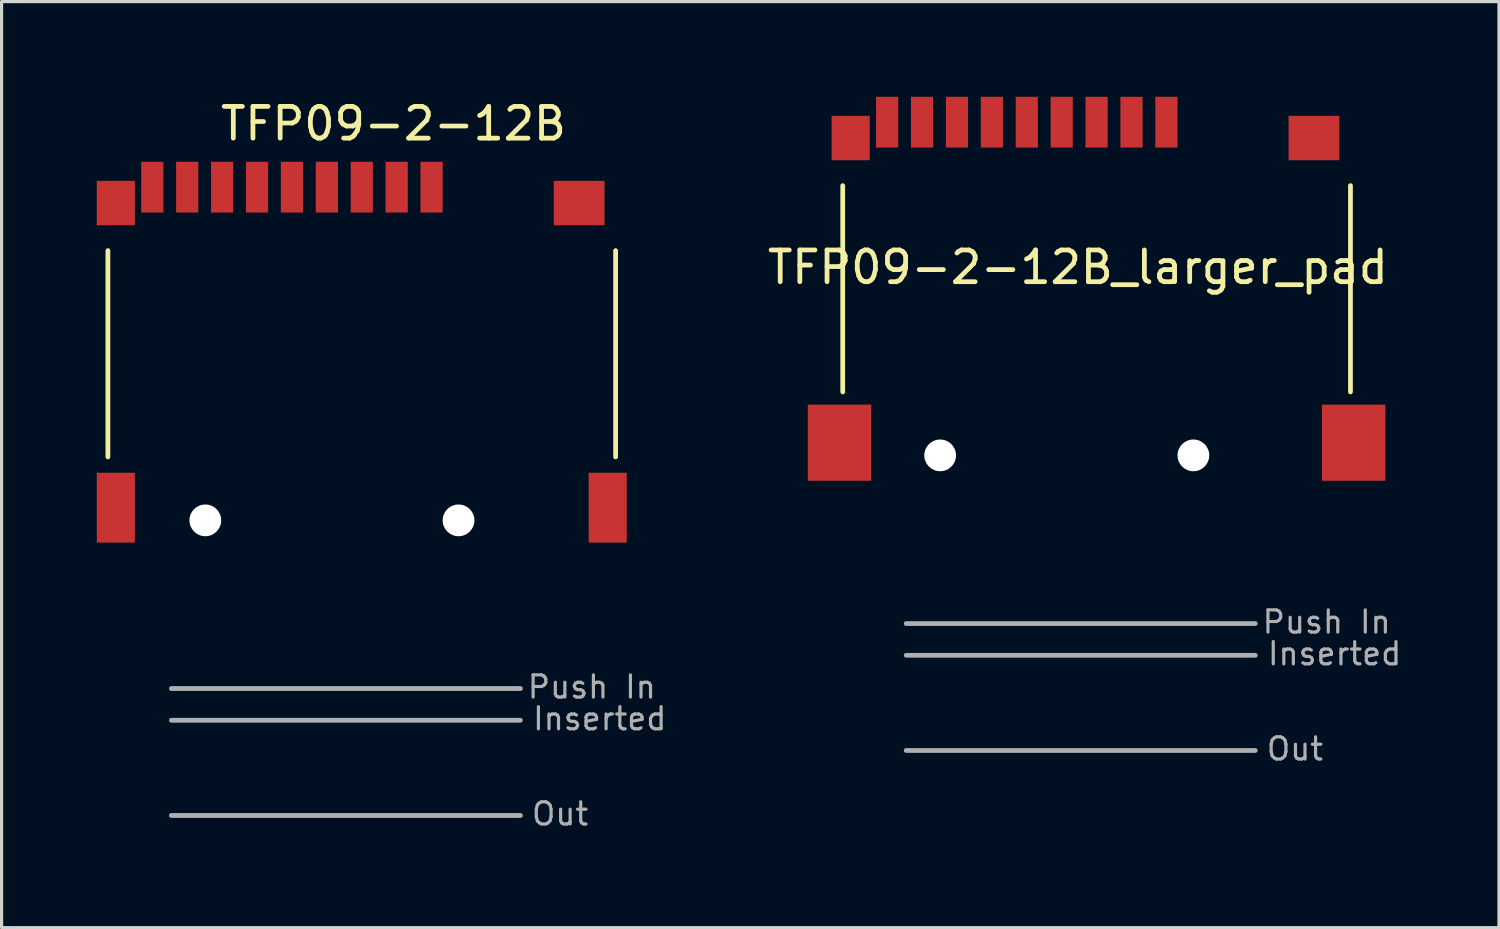
<source format=kicad_pcb>
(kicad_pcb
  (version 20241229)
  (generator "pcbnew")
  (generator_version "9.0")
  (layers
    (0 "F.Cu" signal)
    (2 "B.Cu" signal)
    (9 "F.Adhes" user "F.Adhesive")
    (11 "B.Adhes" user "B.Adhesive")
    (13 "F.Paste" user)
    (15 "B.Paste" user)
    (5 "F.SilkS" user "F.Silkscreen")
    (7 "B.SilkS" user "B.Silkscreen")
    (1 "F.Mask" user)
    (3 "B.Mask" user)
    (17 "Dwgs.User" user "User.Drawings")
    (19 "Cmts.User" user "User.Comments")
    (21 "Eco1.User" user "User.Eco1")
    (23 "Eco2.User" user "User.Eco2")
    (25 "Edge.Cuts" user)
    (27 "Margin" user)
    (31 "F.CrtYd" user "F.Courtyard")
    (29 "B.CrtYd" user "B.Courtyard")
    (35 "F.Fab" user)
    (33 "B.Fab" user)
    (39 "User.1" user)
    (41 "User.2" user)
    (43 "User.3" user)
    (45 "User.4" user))
  (footprint "TFP09-2-12B"
    (layer "F.Cu")
    (at 8.35 3.348)
    (property "Reference" "TFP09-2-12B" (at 1 -2.5 0) (layer "F.SilkS") (effects (font (size 1 1) (thickness 0.15))))
    (attr through_hole)
    (fp_line (start -8 1.5) (end -8 8) (stroke (width 0.15) (type solid)) (layer "F.SilkS"))
    (fp_line (start 8 8) (end 8 1.5) (stroke (width 0.15) (type solid)) (layer "F.SilkS"))
    (fp_line (start -6 15.3) (end 5 15.3) (stroke (width 0.15) (type solid)) (layer "F.Fab"))
    (fp_line (start -6 16.3) (end 5 16.3) (stroke (width 0.15) (type solid)) (layer "F.Fab"))
    (fp_line (start -6 19.3) (end 5 19.3) (stroke (width 0.15) (type solid)) (layer "F.Fab"))
    (fp_text user "Inserted" (at 7.5 16.25 0) (layer "F.Fab") (effects (font (size 0.7 0.7) (thickness 0.1))))
    (fp_text user "Push In" (at 7.25 15.25 0) (layer "F.Fab") (effects (font (size 0.7 0.7) (thickness 0.1))))
    (fp_text user "Out" (at 6.25 19.25 0) (layer "F.Fab") (effects (font (size 0.7 0.7) (thickness 0.1))))
    (pad "" np_thru_hole circle (at -4.93 10) (size 1 1) (drill 1) (layers "*.Cu"))
    (pad "" np_thru_hole circle (at 3.05 10) (size 1 1) (drill 1) (layers "*.Cu"))
    (pad "1" smd rect (at 2.2 -0.5) (size 0.7 1.6) (layers "F.Cu" "F.Mask" "F.Paste"))
    (pad "2" smd rect (at 1.1 -0.5) (size 0.7 1.6) (layers "F.Cu" "F.Mask" "F.Paste"))
    (pad "3" smd rect (at 0 -0.5) (size 0.7 1.6) (layers "F.Cu" "F.Mask" "F.Paste"))
    (pad "4" smd rect (at -1.1 -0.5) (size 0.7 1.6) (layers "F.Cu" "F.Mask" "F.Paste"))
    (pad "5" smd rect (at -2.2 -0.5) (size 0.7 1.6) (layers "F.Cu" "F.Mask" "F.Paste"))
    (pad "6" smd rect (at -3.3 -0.5) (size 0.7 1.6) (layers "F.Cu" "F.Mask" "F.Paste"))
    (pad "7" smd rect (at -4.4 -0.5) (size 0.7 1.6) (layers "F.Cu" "F.Mask" "F.Paste"))
    (pad "8" smd rect (at -5.5 -0.5) (size 0.7 1.6) (layers "F.Cu" "F.Mask" "F.Paste"))
    (pad "9" smd rect (at -6.6 -0.5) (size 0.7 1.6) (layers "F.Cu" "F.Mask" "F.Paste"))
    (pad "10" smd rect (at -7.75 0) (size 1.2 1.4) (layers "F.Cu" "F.Mask" "F.Paste"))
    (pad "10" smd rect (at -7.75 9.6) (size 1.2 2.2) (layers "F.Cu" "F.Mask" "F.Paste"))
    (pad "10" smd rect (at 6.85 0) (size 1.6 1.4) (layers "F.Cu" "F.Mask" "F.Paste"))
    (pad "10" smd rect (at 7.75 9.6) (size 1.2 2.2) (layers "F.Cu" "F.Mask" "F.Paste")))
  (footprint "TFP09-2-12B_larger_pad"
    (layer "F.Cu")
    (at 31.507 1.3)
    (property "Reference" "TFP09-2-12B_larger_pad" (at -0.59 4.072 0) (layer "F.SilkS") (effects (font (size 1 1) (thickness 0.15))))
    (attr through_hole)
    (fp_line (start -8 1.5) (end -8 8) (stroke (width 0.15) (type solid)) (layer "F.SilkS"))
    (fp_line (start 8 8) (end 8 1.5) (stroke (width 0.15) (type solid)) (layer "F.SilkS"))
    (fp_line (start -6 15.3) (end 5 15.3) (stroke (width 0.15) (type solid)) (layer "F.Fab"))
    (fp_line (start -6 16.3) (end 5 16.3) (stroke (width 0.15) (type solid)) (layer "F.Fab"))
    (fp_line (start -6 19.3) (end 5 19.3) (stroke (width 0.15) (type solid)) (layer "F.Fab"))
    (fp_text user "Out" (at 6.25 19.25 0) (layer "F.Fab") (effects (font (size 0.7 0.7) (thickness 0.1))))
    (fp_text user "Push In" (at 7.25 15.25 0) (layer "F.Fab") (effects (font (size 0.7 0.7) (thickness 0.1))))
    (fp_text user "Inserted" (at 7.5 16.25 0) (layer "F.Fab") (effects (font (size 0.7 0.7) (thickness 0.1))))
    (pad "" np_thru_hole circle (at -4.93 10) (size 1 1) (drill 1) (layers "*.Cu"))
    (pad "" np_thru_hole circle (at 3.05 10) (size 1 1) (drill 1) (layers "*.Cu"))
    (pad "1" smd rect (at 2.2 -0.5) (size 0.7 1.6) (layers "F.Cu" "F.Mask" "F.Paste"))
    (pad "2" smd rect (at 1.1 -0.5) (size 0.7 1.6) (layers "F.Cu" "F.Mask" "F.Paste"))
    (pad "3" smd rect (at 0 -0.5) (size 0.7 1.6) (layers "F.Cu" "F.Mask" "F.Paste"))
    (pad "4" smd rect (at -1.1 -0.5) (size 0.7 1.6) (layers "F.Cu" "F.Mask" "F.Paste"))
    (pad "5" smd rect (at -2.2 -0.5) (size 0.7 1.6) (layers "F.Cu" "F.Mask" "F.Paste"))
    (pad "6" smd rect (at -3.3 -0.5) (size 0.7 1.6) (layers "F.Cu" "F.Mask" "F.Paste"))
    (pad "7" smd rect (at -4.4 -0.5) (size 0.7 1.6) (layers "F.Cu" "F.Mask" "F.Paste"))
    (pad "8" smd rect (at -5.5 -0.5) (size 0.7 1.6) (layers "F.Cu" "F.Mask" "F.Paste"))
    (pad "9" smd rect (at -6.6 -0.5) (size 0.7 1.6) (layers "F.Cu" "F.Mask" "F.Paste"))
    (pad "10" smd rect (at -8.1 9.6) (size 2 2.4) (layers "F.Cu" "F.Mask" "F.Paste"))
    (pad "10" smd rect (at -7.75 0) (size 1.2 1.4) (layers "F.Cu" "F.Mask" "F.Paste"))
    (pad "10" smd rect (at 6.85 0) (size 1.6 1.4) (layers "F.Cu" "F.Mask" "F.Paste"))
    (pad "10" smd rect (at 8.1 9.6) (size 2 2.4) (layers "F.Cu" "F.Mask" "F.Paste")))
  (gr_rect
    (start -3 -3)
    (end 44.187 26.183)
    (stroke (width 0.1) (type default))
    (fill no)
    (layer "Edge.Cuts")))
</source>
